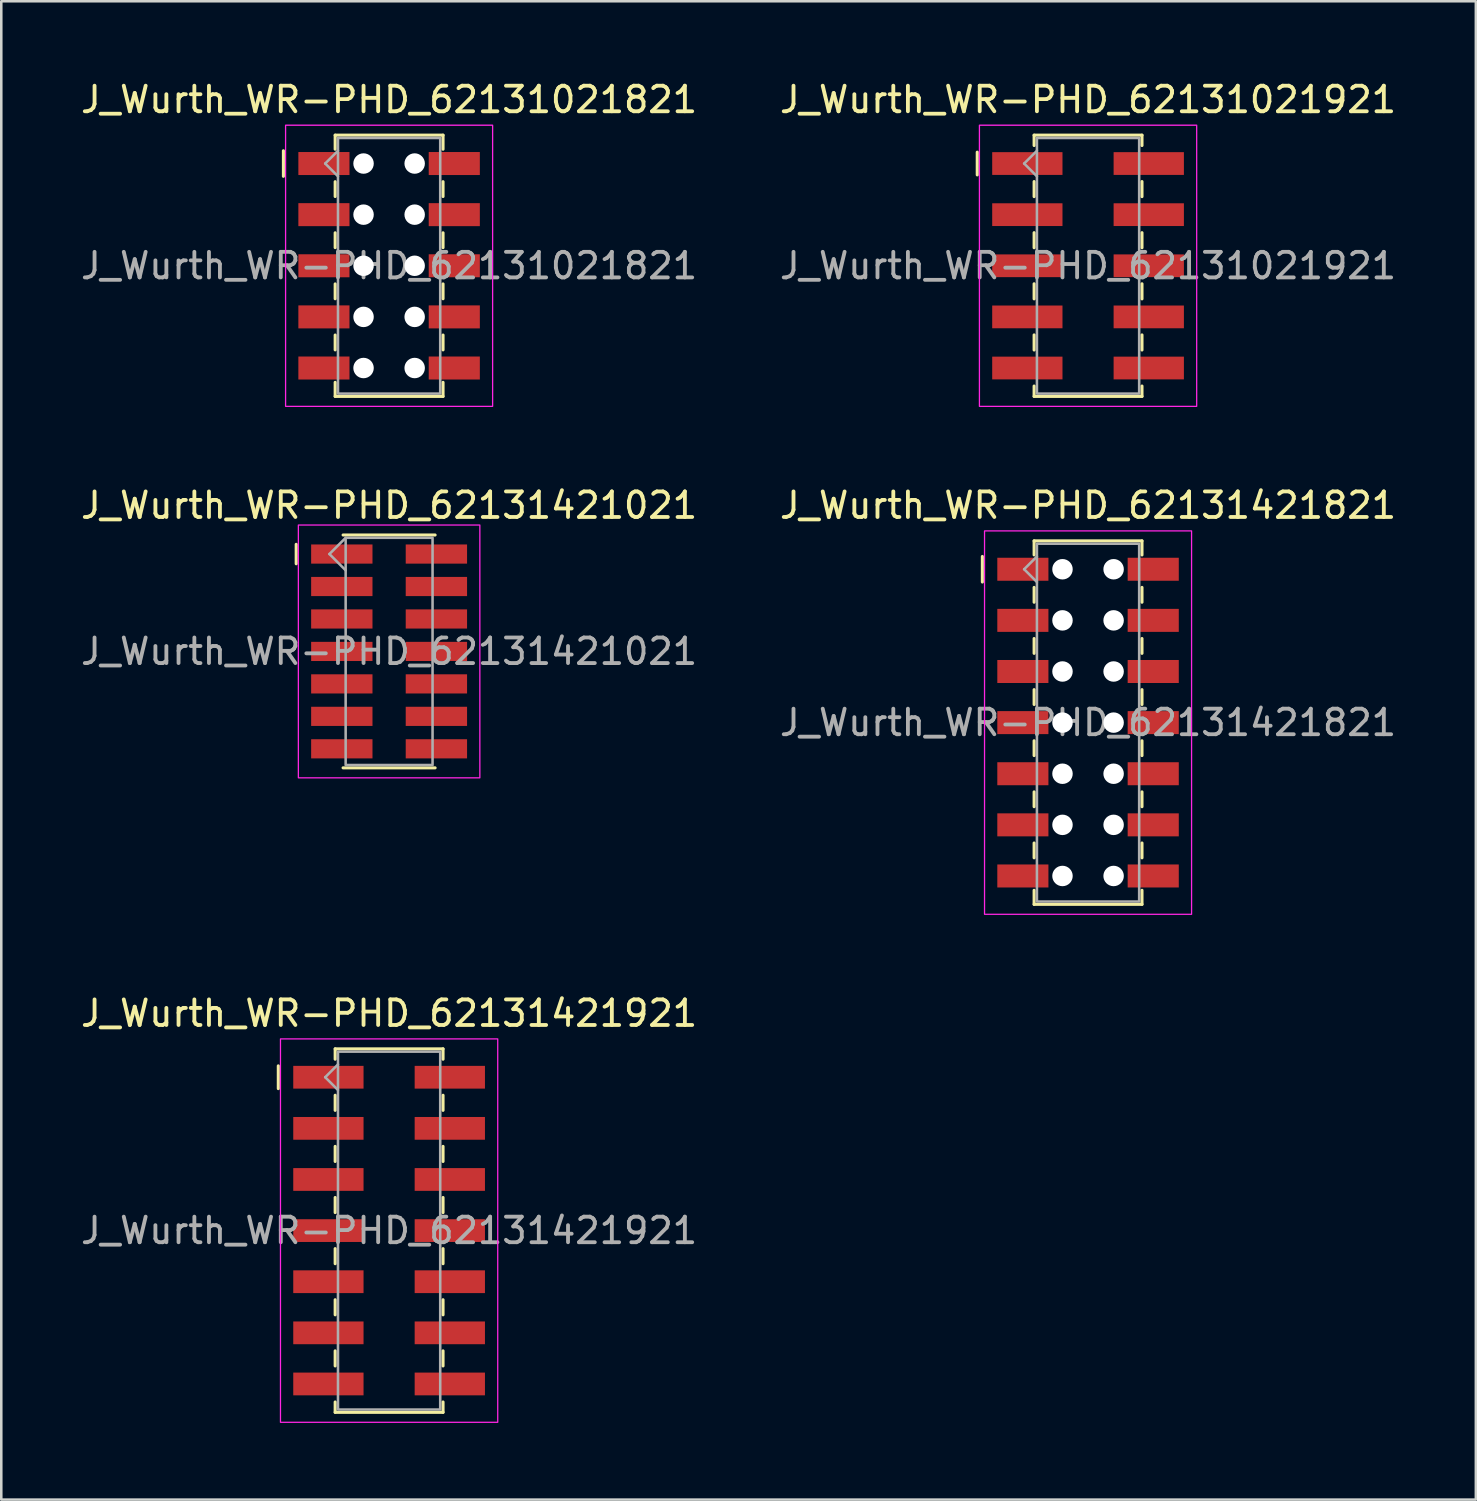
<source format=kicad_pcb>
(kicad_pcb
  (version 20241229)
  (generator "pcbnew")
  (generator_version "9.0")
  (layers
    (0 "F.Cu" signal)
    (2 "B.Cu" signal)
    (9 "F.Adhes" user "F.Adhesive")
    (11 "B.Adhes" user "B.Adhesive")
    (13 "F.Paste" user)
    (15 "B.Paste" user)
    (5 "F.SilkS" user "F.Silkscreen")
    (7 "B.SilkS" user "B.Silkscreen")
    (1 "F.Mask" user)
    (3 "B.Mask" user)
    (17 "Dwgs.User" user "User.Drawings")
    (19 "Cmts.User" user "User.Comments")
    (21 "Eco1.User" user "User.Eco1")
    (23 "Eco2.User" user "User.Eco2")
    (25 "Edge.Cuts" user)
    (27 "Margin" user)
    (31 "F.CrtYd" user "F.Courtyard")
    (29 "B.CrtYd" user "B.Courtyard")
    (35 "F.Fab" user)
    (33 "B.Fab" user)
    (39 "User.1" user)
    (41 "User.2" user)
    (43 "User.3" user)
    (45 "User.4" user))
  (footprint "J_Wurth_WR-PHD_62131021821"
    (layer "F.Cu")
    (at 12.173 7.348)
    (property "Reference" "J_Wurth_WR-PHD_62131021821" (at 0 -6.5 0) (unlocked yes) (layer "F.SilkS") (effects (font (size 1 1) (thickness 0.15))))
    (attr smd)
    (fp_line (start -4.135 -4.5) (end -4.135 -3.5) (stroke (width 0.12) (type solid)) (layer "F.SilkS"))
    (fp_line (start -2.11 -5.11) (end -2.11 -4.56) (stroke (width 0.12) (type solid)) (layer "F.SilkS"))
    (fp_line (start -2.11 -3.29) (end -2.11 -2.71) (stroke (width 0.12) (type solid)) (layer "F.SilkS"))
    (fp_line (start -2.11 -1.29) (end -2.11 -0.71) (stroke (width 0.12) (type solid)) (layer "F.SilkS"))
    (fp_line (start -2.11 0.71) (end -2.11 1.29) (stroke (width 0.12) (type solid)) (layer "F.SilkS"))
    (fp_line (start -2.11 2.71) (end -2.11 3.29) (stroke (width 0.12) (type solid)) (layer "F.SilkS"))
    (fp_line (start -2.11 4.56) (end -2.11 5.11) (stroke (width 0.12) (type solid)) (layer "F.SilkS"))
    (fp_line (start -2.11 5.11) (end 2.11 5.11) (stroke (width 0.12) (type solid)) (layer "F.SilkS"))
    (fp_line (start 2.11 -5.11) (end -2.11 -5.11) (stroke (width 0.12) (type solid)) (layer "F.SilkS"))
    (fp_line (start 2.11 -5.11) (end 2.11 -4.56) (stroke (width 0.12) (type solid)) (layer "F.SilkS"))
    (fp_line (start 2.11 -3.29) (end 2.11 -2.71) (stroke (width 0.12) (type solid)) (layer "F.SilkS"))
    (fp_line (start 2.11 -1.29) (end 2.11 -0.71) (stroke (width 0.12) (type solid)) (layer "F.SilkS"))
    (fp_line (start 2.11 0.71) (end 2.11 1.29) (stroke (width 0.12) (type solid)) (layer "F.SilkS"))
    (fp_line (start 2.11 2.71) (end 2.11 3.29) (stroke (width 0.12) (type solid)) (layer "F.SilkS"))
    (fp_line (start 2.11 4.56) (end 2.11 5.11) (stroke (width 0.12) (type solid)) (layer "F.SilkS"))
    (fp_rect (start -4.05 -5.5) (end 4.05 5.5) (stroke (width 0.05) (type solid)) (fill no) (layer "F.CrtYd"))
    (fp_line (start -2.5 -4) (end -2 -3.5) (stroke (width 0.1) (type default)) (layer "F.Fab"))
    (fp_line (start -2 -4.5) (end -2.5 -4) (stroke (width 0.1) (type default)) (layer "F.Fab"))
    (fp_rect (start -2 -5) (end 2 5) (stroke (width 0.1) (type solid)) (fill no) (layer "F.Fab"))
    (fp_text user "${REFERENCE}" (at 0 0 0) (unlocked yes) (layer "F.Fab") (effects (font (size 1 1) (thickness 0.15))))
    (pad "" np_thru_hole circle (at -1 -4 270) (size 0.8 0.8) (drill 0.8) (layers "*.Cu" "*.Mask"))
    (pad "" np_thru_hole circle (at -1 -2 270) (size 0.8 0.8) (drill 0.8) (layers "*.Cu" "*.Mask"))
    (pad "" np_thru_hole circle (at -1 0 270) (size 0.8 0.8) (drill 0.8) (layers "*.Cu" "*.Mask"))
    (pad "" np_thru_hole circle (at -1 2 270) (size 0.8 0.8) (drill 0.8) (layers "*.Cu" "*.Mask"))
    (pad "" np_thru_hole circle (at -1 4 270) (size 0.8 0.8) (drill 0.8) (layers "*.Cu" "*.Mask"))
    (pad "" np_thru_hole circle (at 1 -4 270) (size 0.8 0.8) (drill 0.8) (layers "*.Cu" "*.Mask"))
    (pad "" np_thru_hole circle (at 1 -2 270) (size 0.8 0.8) (drill 0.8) (layers "*.Cu" "*.Mask"))
    (pad "" np_thru_hole circle (at 1 0 270) (size 0.8 0.8) (drill 0.8) (layers "*.Cu" "*.Mask"))
    (pad "" np_thru_hole circle (at 1 2 270) (size 0.8 0.8) (drill 0.8) (layers "*.Cu" "*.Mask"))
    (pad "" np_thru_hole circle (at 1 4 270) (size 0.8 0.8) (drill 0.8) (layers "*.Cu" "*.Mask"))
    (pad "1" smd rect (at -2.55 -4 270) (size 0.9 2) (layers "F.Cu" "F.Mask" "F.Paste"))
    (pad "2" smd rect (at 2.55 -4 270) (size 0.9 2) (layers "F.Cu" "F.Mask" "F.Paste"))
    (pad "3" smd rect (at -2.55 -2 270) (size 0.9 2) (layers "F.Cu" "F.Mask" "F.Paste"))
    (pad "4" smd rect (at 2.55 -2 270) (size 0.9 2) (layers "F.Cu" "F.Mask" "F.Paste"))
    (pad "5" smd rect (at -2.55 0 270) (size 0.9 2) (layers "F.Cu" "F.Mask" "F.Paste"))
    (pad "6" smd rect (at 2.55 0 270) (size 0.9 2) (layers "F.Cu" "F.Mask" "F.Paste"))
    (pad "7" smd rect (at -2.55 2 270) (size 0.9 2) (layers "F.Cu" "F.Mask" "F.Paste"))
    (pad "8" smd rect (at 2.55 2 270) (size 0.9 2) (layers "F.Cu" "F.Mask" "F.Paste"))
    (pad "9" smd rect (at -2.55 4 270) (size 0.9 2) (layers "F.Cu" "F.Mask" "F.Paste"))
    (pad "10" smd rect (at 2.55 4 270) (size 0.9 2) (layers "F.Cu" "F.Mask" "F.Paste")))
  (footprint "J_Wurth_WR-PHD_62131421021"
    (layer "F.Cu")
    (at 12.173 22.436)
    (property "Reference" "J_Wurth_WR-PHD_62131421021" (at 0 -5.715 0) (unlocked yes) (layer "F.SilkS") (effects (font (size 1 1) (thickness 0.15))))
    (attr smd)
    (fp_line (start -3.635 -4.19) (end -3.635 -3.43) (stroke (width 0.12) (type solid)) (layer "F.SilkS"))
    (fp_line (start 1.8 -4.555) (end -1.8 -4.555) (stroke (width 0.12) (type solid)) (layer "F.SilkS"))
    (fp_line (start 1.8 4.555) (end -1.8 4.555) (stroke (width 0.12) (type solid)) (layer "F.SilkS"))
    (fp_rect (start -3.55 -4.945) (end 3.55 4.945) (stroke (width 0.05) (type solid)) (fill no) (layer "F.CrtYd"))
    (fp_line (start -2.335 -3.81) (end -1.7 -3.175) (stroke (width 0.1) (type default)) (layer "F.Fab"))
    (fp_line (start -1.7 -4.445) (end -2.335 -3.81) (stroke (width 0.1) (type default)) (layer "F.Fab"))
    (fp_rect (start -1.7 -4.445) (end 1.7 4.445) (stroke (width 0.1) (type solid)) (fill no) (layer "F.Fab"))
    (fp_text user "${REFERENCE}" (at 0 0 0) (unlocked yes) (layer "F.Fab") (effects (font (size 1 1) (thickness 0.15))))
    (pad "1" smd rect (at -1.85 -3.81 270) (size 0.75 2.4) (layers "F.Cu" "F.Mask" "F.Paste"))
    (pad "2" smd rect (at 1.85 -3.81 270) (size 0.75 2.4) (layers "F.Cu" "F.Mask" "F.Paste"))
    (pad "3" smd rect (at -1.85 -2.54 270) (size 0.75 2.4) (layers "F.Cu" "F.Mask" "F.Paste"))
    (pad "4" smd rect (at 1.85 -2.54 270) (size 0.75 2.4) (layers "F.Cu" "F.Mask" "F.Paste"))
    (pad "5" smd rect (at -1.85 -1.27 270) (size 0.75 2.4) (layers "F.Cu" "F.Mask" "F.Paste"))
    (pad "6" smd rect (at 1.85 -1.27 270) (size 0.75 2.4) (layers "F.Cu" "F.Mask" "F.Paste"))
    (pad "7" smd rect (at -1.85 0 270) (size 0.75 2.4) (layers "F.Cu" "F.Mask" "F.Paste"))
    (pad "8" smd rect (at 1.85 0 270) (size 0.75 2.4) (layers "F.Cu" "F.Mask" "F.Paste"))
    (pad "9" smd rect (at -1.85 1.27 270) (size 0.75 2.4) (layers "F.Cu" "F.Mask" "F.Paste"))
    (pad "10" smd rect (at 1.85 1.27 270) (size 0.75 2.4) (layers "F.Cu" "F.Mask" "F.Paste"))
    (pad "11" smd rect (at -1.85 2.54 270) (size 0.75 2.4) (layers "F.Cu" "F.Mask" "F.Paste"))
    (pad "12" smd rect (at 1.85 2.54 270) (size 0.75 2.4) (layers "F.Cu" "F.Mask" "F.Paste"))
    (pad "13" smd rect (at -1.85 3.81 270) (size 0.75 2.4) (layers "F.Cu" "F.Mask" "F.Paste"))
    (pad "14" smd rect (at 1.85 3.81 270) (size 0.75 2.4) (layers "F.Cu" "F.Mask" "F.Paste")))
  (footprint "J_Wurth_WR-PHD_62131421821"
    (layer "F.Cu")
    (at 39.518 25.221)
    (property "Reference" "J_Wurth_WR-PHD_62131421821" (at 0 -8.5 0) (unlocked yes) (layer "F.SilkS") (effects (font (size 1 1) (thickness 0.15))))
    (attr smd)
    (fp_line (start -4.135 -6.5) (end -4.135 -5.5) (stroke (width 0.12) (type solid)) (layer "F.SilkS"))
    (fp_line (start -2.11 -7.11) (end -2.11 -6.56) (stroke (width 0.12) (type solid)) (layer "F.SilkS"))
    (fp_line (start -2.11 -5.29) (end -2.11 -4.71) (stroke (width 0.12) (type solid)) (layer "F.SilkS"))
    (fp_line (start -2.11 -3.29) (end -2.11 -2.71) (stroke (width 0.12) (type solid)) (layer "F.SilkS"))
    (fp_line (start -2.11 -1.29) (end -2.11 -0.71) (stroke (width 0.12) (type solid)) (layer "F.SilkS"))
    (fp_line (start -2.11 0.71) (end -2.11 1.29) (stroke (width 0.12) (type solid)) (layer "F.SilkS"))
    (fp_line (start -2.11 2.71) (end -2.11 3.29) (stroke (width 0.12) (type solid)) (layer "F.SilkS"))
    (fp_line (start -2.11 4.71) (end -2.11 5.29) (stroke (width 0.12) (type solid)) (layer "F.SilkS"))
    (fp_line (start -2.11 6.56) (end -2.11 7.11) (stroke (width 0.12) (type solid)) (layer "F.SilkS"))
    (fp_line (start -2.11 7.11) (end 2.11 7.11) (stroke (width 0.12) (type solid)) (layer "F.SilkS"))
    (fp_line (start 2.11 -7.11) (end -2.11 -7.11) (stroke (width 0.12) (type solid)) (layer "F.SilkS"))
    (fp_line (start 2.11 -7.11) (end 2.11 -6.56) (stroke (width 0.12) (type solid)) (layer "F.SilkS"))
    (fp_line (start 2.11 -5.29) (end 2.11 -4.71) (stroke (width 0.12) (type solid)) (layer "F.SilkS"))
    (fp_line (start 2.11 -3.29) (end 2.11 -2.71) (stroke (width 0.12) (type solid)) (layer "F.SilkS"))
    (fp_line (start 2.11 -1.29) (end 2.11 -0.71) (stroke (width 0.12) (type solid)) (layer "F.SilkS"))
    (fp_line (start 2.11 0.71) (end 2.11 1.29) (stroke (width 0.12) (type solid)) (layer "F.SilkS"))
    (fp_line (start 2.11 2.71) (end 2.11 3.29) (stroke (width 0.12) (type solid)) (layer "F.SilkS"))
    (fp_line (start 2.11 4.71) (end 2.11 5.29) (stroke (width 0.12) (type solid)) (layer "F.SilkS"))
    (fp_line (start 2.11 6.56) (end 2.11 7.11) (stroke (width 0.12) (type solid)) (layer "F.SilkS"))
    (fp_rect (start -4.05 -7.5) (end 4.05 7.5) (stroke (width 0.05) (type solid)) (fill no) (layer "F.CrtYd"))
    (fp_line (start -2.5 -6) (end -2 -5.5) (stroke (width 0.1) (type default)) (layer "F.Fab"))
    (fp_line (start -2 -6.5) (end -2.5 -6) (stroke (width 0.1) (type default)) (layer "F.Fab"))
    (fp_rect (start -2 -7) (end 2 7) (stroke (width 0.1) (type solid)) (fill no) (layer "F.Fab"))
    (fp_text user "${REFERENCE}" (at 0 0 0) (unlocked yes) (layer "F.Fab") (effects (font (size 1 1) (thickness 0.15))))
    (pad "" np_thru_hole circle (at -1 -6 270) (size 0.8 0.8) (drill 0.8) (layers "*.Cu" "*.Mask"))
    (pad "" np_thru_hole circle (at -1 -4 270) (size 0.8 0.8) (drill 0.8) (layers "*.Cu" "*.Mask"))
    (pad "" np_thru_hole circle (at -1 -2 270) (size 0.8 0.8) (drill 0.8) (layers "*.Cu" "*.Mask"))
    (pad "" np_thru_hole circle (at -1 0 270) (size 0.8 0.8) (drill 0.8) (layers "*.Cu" "*.Mask"))
    (pad "" np_thru_hole circle (at -1 2 270) (size 0.8 0.8) (drill 0.8) (layers "*.Cu" "*.Mask"))
    (pad "" np_thru_hole circle (at -1 4 270) (size 0.8 0.8) (drill 0.8) (layers "*.Cu" "*.Mask"))
    (pad "" np_thru_hole circle (at -1 6 270) (size 0.8 0.8) (drill 0.8) (layers "*.Cu" "*.Mask"))
    (pad "" np_thru_hole circle (at 1 -6 270) (size 0.8 0.8) (drill 0.8) (layers "*.Cu" "*.Mask"))
    (pad "" np_thru_hole circle (at 1 -4 270) (size 0.8 0.8) (drill 0.8) (layers "*.Cu" "*.Mask"))
    (pad "" np_thru_hole circle (at 1 -2 270) (size 0.8 0.8) (drill 0.8) (layers "*.Cu" "*.Mask"))
    (pad "" np_thru_hole circle (at 1 0 270) (size 0.8 0.8) (drill 0.8) (layers "*.Cu" "*.Mask"))
    (pad "" np_thru_hole circle (at 1 2 270) (size 0.8 0.8) (drill 0.8) (layers "*.Cu" "*.Mask"))
    (pad "" np_thru_hole circle (at 1 4 270) (size 0.8 0.8) (drill 0.8) (layers "*.Cu" "*.Mask"))
    (pad "" np_thru_hole circle (at 1 6 270) (size 0.8 0.8) (drill 0.8) (layers "*.Cu" "*.Mask"))
    (pad "1" smd rect (at -2.55 -6 270) (size 0.9 2) (layers "F.Cu" "F.Mask" "F.Paste"))
    (pad "2" smd rect (at 2.55 -6 270) (size 0.9 2) (layers "F.Cu" "F.Mask" "F.Paste"))
    (pad "3" smd rect (at -2.55 -4 270) (size 0.9 2) (layers "F.Cu" "F.Mask" "F.Paste"))
    (pad "4" smd rect (at 2.55 -4 270) (size 0.9 2) (layers "F.Cu" "F.Mask" "F.Paste"))
    (pad "5" smd rect (at -2.55 -2 270) (size 0.9 2) (layers "F.Cu" "F.Mask" "F.Paste"))
    (pad "6" smd rect (at 2.55 -2 270) (size 0.9 2) (layers "F.Cu" "F.Mask" "F.Paste"))
    (pad "7" smd rect (at -2.55 0 270) (size 0.9 2) (layers "F.Cu" "F.Mask" "F.Paste"))
    (pad "8" smd rect (at 2.55 0 270) (size 0.9 2) (layers "F.Cu" "F.Mask" "F.Paste"))
    (pad "9" smd rect (at -2.55 2 270) (size 0.9 2) (layers "F.Cu" "F.Mask" "F.Paste"))
    (pad "10" smd rect (at 2.55 2 270) (size 0.9 2) (layers "F.Cu" "F.Mask" "F.Paste"))
    (pad "11" smd rect (at -2.55 4 270) (size 0.9 2) (layers "F.Cu" "F.Mask" "F.Paste"))
    (pad "12" smd rect (at 2.55 4 270) (size 0.9 2) (layers "F.Cu" "F.Mask" "F.Paste"))
    (pad "13" smd rect (at -2.55 6 270) (size 0.9 2) (layers "F.Cu" "F.Mask" "F.Paste"))
    (pad "14" smd rect (at 2.55 6 270) (size 0.9 2) (layers "F.Cu" "F.Mask" "F.Paste")))
  (footprint "J_Wurth_WR-PHD_62131421921"
    (layer "F.Cu")
    (at 12.173 45.095)
    (property "Reference" "J_Wurth_WR-PHD_62131421921" (at 0 -8.5 0) (unlocked yes) (layer "F.SilkS") (effects (font (size 1 1) (thickness 0.15))))
    (attr smd)
    (fp_line (start -4.335 -6.445) (end -4.335 -5.555) (stroke (width 0.12) (type solid)) (layer "F.SilkS"))
    (fp_line (start -2.11 -7.11) (end -2.11 -6.705) (stroke (width 0.12) (type solid)) (layer "F.SilkS"))
    (fp_line (start -2.11 -5.295) (end -2.11 -4.705) (stroke (width 0.12) (type solid)) (layer "F.SilkS"))
    (fp_line (start -2.11 -3.295) (end -2.11 -2.705) (stroke (width 0.12) (type solid)) (layer "F.SilkS"))
    (fp_line (start -2.11 -1.295) (end -2.11 -0.705) (stroke (width 0.12) (type solid)) (layer "F.SilkS"))
    (fp_line (start -2.11 0.705) (end -2.11 1.295) (stroke (width 0.12) (type solid)) (layer "F.SilkS"))
    (fp_line (start -2.11 2.705) (end -2.11 3.295) (stroke (width 0.12) (type solid)) (layer "F.SilkS"))
    (fp_line (start -2.11 4.705) (end -2.11 5.295) (stroke (width 0.12) (type solid)) (layer "F.SilkS"))
    (fp_line (start -2.11 6.705) (end -2.11 7.11) (stroke (width 0.12) (type solid)) (layer "F.SilkS"))
    (fp_line (start 2.11 -7.11) (end -2.11 -7.11) (stroke (width 0.12) (type solid)) (layer "F.SilkS"))
    (fp_line (start 2.11 -7.11) (end 2.11 -6.705) (stroke (width 0.12) (type solid)) (layer "F.SilkS"))
    (fp_line (start 2.11 -5.295) (end 2.11 -4.705) (stroke (width 0.12) (type solid)) (layer "F.SilkS"))
    (fp_line (start 2.11 -3.295) (end 2.11 -2.705) (stroke (width 0.12) (type solid)) (layer "F.SilkS"))
    (fp_line (start 2.11 -1.295) (end 2.11 -0.705) (stroke (width 0.12) (type solid)) (layer "F.SilkS"))
    (fp_line (start 2.11 0.705) (end 2.11 1.295) (stroke (width 0.12) (type solid)) (layer "F.SilkS"))
    (fp_line (start 2.11 2.705) (end 2.11 3.295) (stroke (width 0.12) (type solid)) (layer "F.SilkS"))
    (fp_line (start 2.11 4.705) (end 2.11 5.295) (stroke (width 0.12) (type solid)) (layer "F.SilkS"))
    (fp_line (start 2.11 6.705) (end 2.11 7.11) (stroke (width 0.12) (type solid)) (layer "F.SilkS"))
    (fp_line (start 2.11 7.11) (end -2.11 7.11) (stroke (width 0.12) (type solid)) (layer "F.SilkS"))
    (fp_rect (start -4.25 -7.5) (end 4.25 7.5) (stroke (width 0.05) (type solid)) (fill no) (layer "F.CrtYd"))
    (fp_line (start -2.5 -6) (end -2 -5.5) (stroke (width 0.1) (type default)) (layer "F.Fab"))
    (fp_line (start -2 -6.5) (end -2.5 -6) (stroke (width 0.1) (type default)) (layer "F.Fab"))
    (fp_rect (start -2 -7) (end 2 7) (stroke (width 0.1) (type solid)) (fill no) (layer "F.Fab"))
    (fp_text user "${REFERENCE}" (at 0 0 0) (unlocked yes) (layer "F.Fab") (effects (font (size 1 1) (thickness 0.15))))
    (pad "1" smd rect (at -2.375 -6 270) (size 0.89 2.75) (layers "F.Cu" "F.Mask" "F.Paste"))
    (pad "2" smd rect (at 2.375 -6 270) (size 0.89 2.75) (layers "F.Cu" "F.Mask" "F.Paste"))
    (pad "3" smd rect (at -2.375 -4 270) (size 0.89 2.75) (layers "F.Cu" "F.Mask" "F.Paste"))
    (pad "4" smd rect (at 2.375 -4 270) (size 0.89 2.75) (layers "F.Cu" "F.Mask" "F.Paste"))
    (pad "5" smd rect (at -2.375 -2 270) (size 0.89 2.75) (layers "F.Cu" "F.Mask" "F.Paste"))
    (pad "6" smd rect (at 2.375 -2 270) (size 0.89 2.75) (layers "F.Cu" "F.Mask" "F.Paste"))
    (pad "7" smd rect (at -2.375 0 270) (size 0.89 2.75) (layers "F.Cu" "F.Mask" "F.Paste"))
    (pad "8" smd rect (at 2.375 0 270) (size 0.89 2.75) (layers "F.Cu" "F.Mask" "F.Paste"))
    (pad "9" smd rect (at -2.375 2 270) (size 0.89 2.75) (layers "F.Cu" "F.Mask" "F.Paste"))
    (pad "10" smd rect (at 2.375 2 270) (size 0.89 2.75) (layers "F.Cu" "F.Mask" "F.Paste"))
    (pad "11" smd rect (at -2.375 4 270) (size 0.89 2.75) (layers "F.Cu" "F.Mask" "F.Paste"))
    (pad "12" smd rect (at 2.375 4 270) (size 0.89 2.75) (layers "F.Cu" "F.Mask" "F.Paste"))
    (pad "13" smd rect (at -2.375 6 270) (size 0.89 2.75) (layers "F.Cu" "F.Mask" "F.Paste"))
    (pad "14" smd rect (at 2.375 6 270) (size 0.89 2.75) (layers "F.Cu" "F.Mask" "F.Paste")))
  (footprint "J_Wurth_WR-PHD_62131021921"
    (layer "F.Cu")
    (at 39.518 7.348)
    (property "Reference" "J_Wurth_WR-PHD_62131021921" (at 0 -6.5 0) (unlocked yes) (layer "F.SilkS") (effects (font (size 1 1) (thickness 0.15))))
    (attr smd)
    (fp_line (start -4.335 -4.445) (end -4.335 -3.555) (stroke (width 0.12) (type solid)) (layer "F.SilkS"))
    (fp_line (start -2.11 -5.11) (end -2.11 -4.705) (stroke (width 0.12) (type solid)) (layer "F.SilkS"))
    (fp_line (start -2.11 -3.295) (end -2.11 -2.705) (stroke (width 0.12) (type solid)) (layer "F.SilkS"))
    (fp_line (start -2.11 -1.295) (end -2.11 -0.705) (stroke (width 0.12) (type solid)) (layer "F.SilkS"))
    (fp_line (start -2.11 0.705) (end -2.11 1.295) (stroke (width 0.12) (type solid)) (layer "F.SilkS"))
    (fp_line (start -2.11 2.705) (end -2.11 3.295) (stroke (width 0.12) (type solid)) (layer "F.SilkS"))
    (fp_line (start -2.11 4.705) (end -2.11 5.11) (stroke (width 0.12) (type solid)) (layer "F.SilkS"))
    (fp_line (start 2.11 -5.11) (end -2.11 -5.11) (stroke (width 0.12) (type solid)) (layer "F.SilkS"))
    (fp_line (start 2.11 -5.11) (end 2.11 -4.705) (stroke (width 0.12) (type solid)) (layer "F.SilkS"))
    (fp_line (start 2.11 -3.295) (end 2.11 -2.705) (stroke (width 0.12) (type solid)) (layer "F.SilkS"))
    (fp_line (start 2.11 -1.295) (end 2.11 -0.705) (stroke (width 0.12) (type solid)) (layer "F.SilkS"))
    (fp_line (start 2.11 0.705) (end 2.11 1.295) (stroke (width 0.12) (type solid)) (layer "F.SilkS"))
    (fp_line (start 2.11 2.705) (end 2.11 3.295) (stroke (width 0.12) (type solid)) (layer "F.SilkS"))
    (fp_line (start 2.11 4.705) (end 2.11 5.11) (stroke (width 0.12) (type solid)) (layer "F.SilkS"))
    (fp_line (start 2.11 5.11) (end -2.11 5.11) (stroke (width 0.12) (type solid)) (layer "F.SilkS"))
    (fp_rect (start -4.25 -5.5) (end 4.25 5.5) (stroke (width 0.05) (type solid)) (fill no) (layer "F.CrtYd"))
    (fp_line (start -2.5 -4) (end -2 -3.5) (stroke (width 0.1) (type default)) (layer "F.Fab"))
    (fp_line (start -2 -4.5) (end -2.5 -4) (stroke (width 0.1) (type default)) (layer "F.Fab"))
    (fp_rect (start -2 -5) (end 2 5) (stroke (width 0.1) (type solid)) (fill no) (layer "F.Fab"))
    (fp_text user "${REFERENCE}" (at 0 0 0) (unlocked yes) (layer "F.Fab") (effects (font (size 1 1) (thickness 0.15))))
    (pad "1" smd rect (at -2.375 -4 270) (size 0.89 2.75) (layers "F.Cu" "F.Mask" "F.Paste"))
    (pad "2" smd rect (at 2.375 -4 270) (size 0.89 2.75) (layers "F.Cu" "F.Mask" "F.Paste"))
    (pad "3" smd rect (at -2.375 -2 270) (size 0.89 2.75) (layers "F.Cu" "F.Mask" "F.Paste"))
    (pad "4" smd rect (at 2.375 -2 270) (size 0.89 2.75) (layers "F.Cu" "F.Mask" "F.Paste"))
    (pad "5" smd rect (at -2.375 0 270) (size 0.89 2.75) (layers "F.Cu" "F.Mask" "F.Paste"))
    (pad "6" smd rect (at 2.375 0 270) (size 0.89 2.75) (layers "F.Cu" "F.Mask" "F.Paste"))
    (pad "7" smd rect (at -2.375 2 270) (size 0.89 2.75) (layers "F.Cu" "F.Mask" "F.Paste"))
    (pad "8" smd rect (at 2.375 2 270) (size 0.89 2.75) (layers "F.Cu" "F.Mask" "F.Paste"))
    (pad "9" smd rect (at -2.375 4 270) (size 0.89 2.75) (layers "F.Cu" "F.Mask" "F.Paste"))
    (pad "10" smd rect (at 2.375 4 270) (size 0.89 2.75) (layers "F.Cu" "F.Mask" "F.Paste")))
  (gr_rect
    (start -3 -3)
    (end 54.69 55.62)
    (stroke (width 0.1) (type default))
    (fill no)
    (layer "Edge.Cuts")))
</source>
